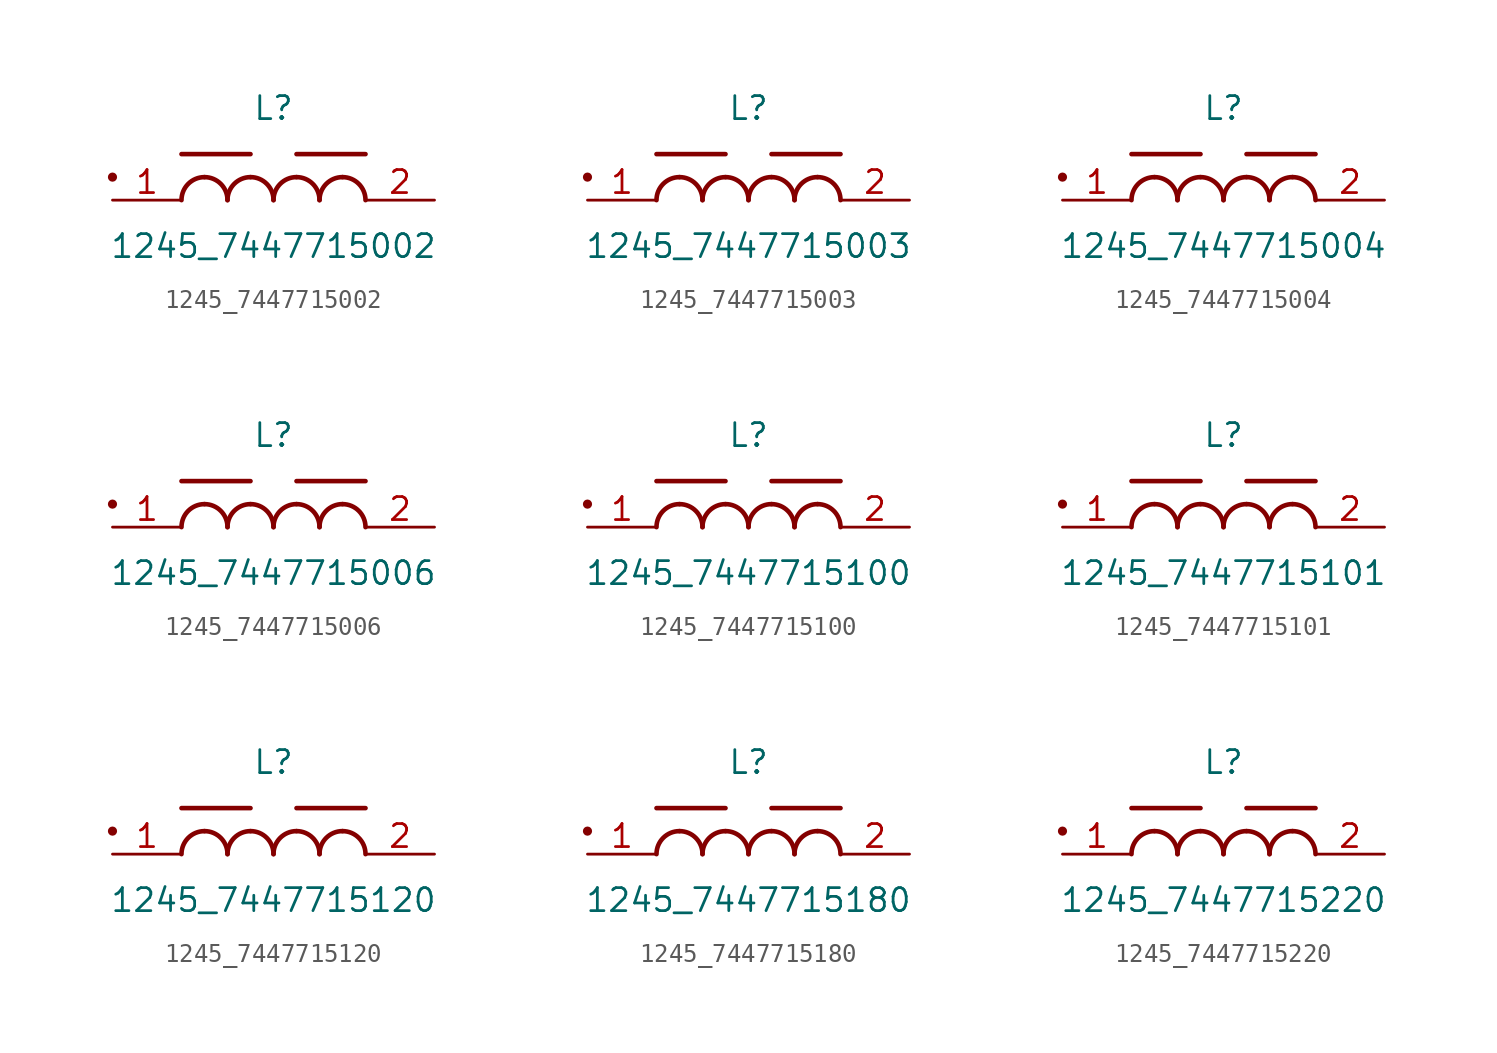
<source format=kicad_sym>
(kicad_symbol_lib
  (version 20211014)
  (generator kicad_symbol_editor)
  (symbol "Inductor_Wurth_WE-PD:1245_7447715002"
    (pin_names hide)
    (property "Reference" "L"
      (at 0 5.08 0)
      (effects (font (size 1.27 1.27))))
    (property "Value" "1245_7447715002"
      (at 0 -2.54 0)
      (effects (font (size 1.27 1.27))))
    (symbol "1245_7447715002_0_1"
      (circle (center -8.89 1.27) (radius 0.0001) (stroke (width 0.254)) (stroke (width 0.254) (type default) (color 0 0 0 0)) (fill (type none)))
      (arc (start -3.81 1.27) (mid -4.708 0.898) (end -5.08 0) (stroke (width 0.254) (type default) (color 0 0 0 0)) (fill (type none)))
      (arc (start -2.54 0) (mid -2.912 0.898) (end -3.81 1.27) (stroke (width 0.254) (type default) (color 0 0 0 0)) (fill (type none)))
      (arc (start -1.2699 1.2701) (mid -2.1679 0.8981) (end -2.5399 0.0001) (stroke (width 0.254) (type default) (color 0 0 0 0)) (fill (type none)))
      (polyline (pts (xy -5.08 2.54) (xy -1.27 2.54)) (stroke (width 0.254) (type default) (color 0 0 0 0)) (fill (type none)))
      (polyline (pts (xy 5.08 2.54) (xy 1.27 2.54)) (stroke (width 0.254) (type default) (color 0 0 0 0)) (fill (type none)))
      (arc (start 0.0001 0.0001) (mid -0.3719 0.8981) (end -1.2699 1.2701) (stroke (width 0.254) (type default) (color 0 0 0 0)) (fill (type none)))
      (arc (start 1.2701 1.2701) (mid 0.3721 0.8981) (end 0.0001 0.0001) (stroke (width 0.254) (type default) (color 0 0 0 0)) (fill (type none)))
      (arc (start 2.5401 0.0001) (mid 2.1681 0.8981) (end 1.2701 1.2701) (stroke (width 0.254) (type default) (color 0 0 0 0)) (fill (type none)))
      (arc (start 3.8101 1.2701) (mid 2.9121 0.8981) (end 2.5401 0.0001) (stroke (width 0.254) (type default) (color 0 0 0 0)) (fill (type none)))
      (arc (start 5.0801 0.0001) (mid 4.7081 0.8981) (end 3.8101 1.2701) (stroke (width 0.254) (type default) (color 0 0 0 0)) (fill (type none))))
    (symbol "1245_7447715002_1_1"
      (pin passive line (at -8.89 0 0) (length 3.81) (name "1" (effects (font (size 1.27 1.27)))) (number "1" (effects (font (size 1.27 1.27)))))
      (pin passive line (at 8.89 0 180) (length 3.81) (name "2" (effects (font (size 1.27 1.27)))) (number "2" (effects (font (size 1.27 1.27)))))))
  (symbol "Inductor_Wurth_WE-PD:1245_7447715003"
    (pin_names hide)
    (property "Reference" "L"
      (at 0 5.08 0)
      (effects (font (size 1.27 1.27))))
    (property "Value" "1245_7447715003"
      (at 0 -2.54 0)
      (effects (font (size 1.27 1.27))))
    (symbol "1245_7447715003_0_1"
      (circle (center -8.89 1.27) (radius 0.0001) (stroke (width 0.254)) (stroke (width 0.254) (type default) (color 0 0 0 0)) (fill (type none)))
      (arc (start -3.81 1.27) (mid -4.708 0.898) (end -5.08 0) (stroke (width 0.254) (type default) (color 0 0 0 0)) (fill (type none)))
      (arc (start -2.54 0) (mid -2.912 0.898) (end -3.81 1.27) (stroke (width 0.254) (type default) (color 0 0 0 0)) (fill (type none)))
      (arc (start -1.2699 1.2701) (mid -2.1679 0.8981) (end -2.5399 0.0001) (stroke (width 0.254) (type default) (color 0 0 0 0)) (fill (type none)))
      (polyline (pts (xy -5.08 2.54) (xy -1.27 2.54)) (stroke (width 0.254) (type default) (color 0 0 0 0)) (fill (type none)))
      (polyline (pts (xy 5.08 2.54) (xy 1.27 2.54)) (stroke (width 0.254) (type default) (color 0 0 0 0)) (fill (type none)))
      (arc (start 0.0001 0.0001) (mid -0.3719 0.8981) (end -1.2699 1.2701) (stroke (width 0.254) (type default) (color 0 0 0 0)) (fill (type none)))
      (arc (start 1.2701 1.2701) (mid 0.3721 0.8981) (end 0.0001 0.0001) (stroke (width 0.254) (type default) (color 0 0 0 0)) (fill (type none)))
      (arc (start 2.5401 0.0001) (mid 2.1681 0.8981) (end 1.2701 1.2701) (stroke (width 0.254) (type default) (color 0 0 0 0)) (fill (type none)))
      (arc (start 3.8101 1.2701) (mid 2.9121 0.8981) (end 2.5401 0.0001) (stroke (width 0.254) (type default) (color 0 0 0 0)) (fill (type none)))
      (arc (start 5.0801 0.0001) (mid 4.7081 0.8981) (end 3.8101 1.2701) (stroke (width 0.254) (type default) (color 0 0 0 0)) (fill (type none))))
    (symbol "1245_7447715003_1_1"
      (pin passive line (at -8.89 0 0) (length 3.81) (name "1" (effects (font (size 1.27 1.27)))) (number "1" (effects (font (size 1.27 1.27)))))
      (pin passive line (at 8.89 0 180) (length 3.81) (name "2" (effects (font (size 1.27 1.27)))) (number "2" (effects (font (size 1.27 1.27)))))))
  (symbol "Inductor_Wurth_WE-PD:1245_7447715004"
    (pin_names hide)
    (property "Reference" "L"
      (at 0 5.08 0)
      (effects (font (size 1.27 1.27))))
    (property "Value" "1245_7447715004"
      (at 0 -2.54 0)
      (effects (font (size 1.27 1.27))))
    (symbol "1245_7447715004_0_1"
      (circle (center -8.89 1.27) (radius 0.0001) (stroke (width 0.254)) (stroke (width 0.254) (type default) (color 0 0 0 0)) (fill (type none)))
      (arc (start -3.81 1.27) (mid -4.708 0.898) (end -5.08 0) (stroke (width 0.254) (type default) (color 0 0 0 0)) (fill (type none)))
      (arc (start -2.54 0) (mid -2.912 0.898) (end -3.81 1.27) (stroke (width 0.254) (type default) (color 0 0 0 0)) (fill (type none)))
      (arc (start -1.2699 1.2701) (mid -2.1679 0.8981) (end -2.5399 0.0001) (stroke (width 0.254) (type default) (color 0 0 0 0)) (fill (type none)))
      (polyline (pts (xy -5.08 2.54) (xy -1.27 2.54)) (stroke (width 0.254) (type default) (color 0 0 0 0)) (fill (type none)))
      (polyline (pts (xy 5.08 2.54) (xy 1.27 2.54)) (stroke (width 0.254) (type default) (color 0 0 0 0)) (fill (type none)))
      (arc (start 0.0001 0.0001) (mid -0.3719 0.8981) (end -1.2699 1.2701) (stroke (width 0.254) (type default) (color 0 0 0 0)) (fill (type none)))
      (arc (start 1.2701 1.2701) (mid 0.3721 0.8981) (end 0.0001 0.0001) (stroke (width 0.254) (type default) (color 0 0 0 0)) (fill (type none)))
      (arc (start 2.5401 0.0001) (mid 2.1681 0.8981) (end 1.2701 1.2701) (stroke (width 0.254) (type default) (color 0 0 0 0)) (fill (type none)))
      (arc (start 3.8101 1.2701) (mid 2.9121 0.8981) (end 2.5401 0.0001) (stroke (width 0.254) (type default) (color 0 0 0 0)) (fill (type none)))
      (arc (start 5.0801 0.0001) (mid 4.7081 0.8981) (end 3.8101 1.2701) (stroke (width 0.254) (type default) (color 0 0 0 0)) (fill (type none))))
    (symbol "1245_7447715004_1_1"
      (pin passive line (at -8.89 0 0) (length 3.81) (name "1" (effects (font (size 1.27 1.27)))) (number "1" (effects (font (size 1.27 1.27)))))
      (pin passive line (at 8.89 0 180) (length 3.81) (name "2" (effects (font (size 1.27 1.27)))) (number "2" (effects (font (size 1.27 1.27)))))))
  (symbol "Inductor_Wurth_WE-PD:1245_7447715006"
    (pin_names hide)
    (property "Reference" "L"
      (at 0 5.08 0)
      (effects (font (size 1.27 1.27))))
    (property "Value" "1245_7447715006"
      (at 0 -2.54 0)
      (effects (font (size 1.27 1.27))))
    (symbol "1245_7447715006_0_1"
      (circle (center -8.89 1.27) (radius 0.0001) (stroke (width 0.254)) (stroke (width 0.254) (type default) (color 0 0 0 0)) (fill (type none)))
      (arc (start -3.81 1.27) (mid -4.708 0.898) (end -5.08 0) (stroke (width 0.254) (type default) (color 0 0 0 0)) (fill (type none)))
      (arc (start -2.54 0) (mid -2.912 0.898) (end -3.81 1.27) (stroke (width 0.254) (type default) (color 0 0 0 0)) (fill (type none)))
      (arc (start -1.2699 1.2701) (mid -2.1679 0.8981) (end -2.5399 0.0001) (stroke (width 0.254) (type default) (color 0 0 0 0)) (fill (type none)))
      (polyline (pts (xy -5.08 2.54) (xy -1.27 2.54)) (stroke (width 0.254) (type default) (color 0 0 0 0)) (fill (type none)))
      (polyline (pts (xy 5.08 2.54) (xy 1.27 2.54)) (stroke (width 0.254) (type default) (color 0 0 0 0)) (fill (type none)))
      (arc (start 0.0001 0.0001) (mid -0.3719 0.8981) (end -1.2699 1.2701) (stroke (width 0.254) (type default) (color 0 0 0 0)) (fill (type none)))
      (arc (start 1.2701 1.2701) (mid 0.3721 0.8981) (end 0.0001 0.0001) (stroke (width 0.254) (type default) (color 0 0 0 0)) (fill (type none)))
      (arc (start 2.5401 0.0001) (mid 2.1681 0.8981) (end 1.2701 1.2701) (stroke (width 0.254) (type default) (color 0 0 0 0)) (fill (type none)))
      (arc (start 3.8101 1.2701) (mid 2.9121 0.8981) (end 2.5401 0.0001) (stroke (width 0.254) (type default) (color 0 0 0 0)) (fill (type none)))
      (arc (start 5.0801 0.0001) (mid 4.7081 0.8981) (end 3.8101 1.2701) (stroke (width 0.254) (type default) (color 0 0 0 0)) (fill (type none))))
    (symbol "1245_7447715006_1_1"
      (pin passive line (at -8.89 0 0) (length 3.81) (name "1" (effects (font (size 1.27 1.27)))) (number "1" (effects (font (size 1.27 1.27)))))
      (pin passive line (at 8.89 0 180) (length 3.81) (name "2" (effects (font (size 1.27 1.27)))) (number "2" (effects (font (size 1.27 1.27)))))))
  (symbol "Inductor_Wurth_WE-PD:1245_7447715100"
    (pin_names hide)
    (property "Reference" "L"
      (at 0 5.08 0)
      (effects (font (size 1.27 1.27))))
    (property "Value" "1245_7447715100"
      (at 0 -2.54 0)
      (effects (font (size 1.27 1.27))))
    (symbol "1245_7447715100_0_1"
      (circle (center -8.89 1.27) (radius 0.0001) (stroke (width 0.254)) (stroke (width 0.254) (type default) (color 0 0 0 0)) (fill (type none)))
      (arc (start -3.81 1.27) (mid -4.708 0.898) (end -5.08 0) (stroke (width 0.254) (type default) (color 0 0 0 0)) (fill (type none)))
      (arc (start -2.54 0) (mid -2.912 0.898) (end -3.81 1.27) (stroke (width 0.254) (type default) (color 0 0 0 0)) (fill (type none)))
      (arc (start -1.2699 1.2701) (mid -2.1679 0.8981) (end -2.5399 0.0001) (stroke (width 0.254) (type default) (color 0 0 0 0)) (fill (type none)))
      (polyline (pts (xy -5.08 2.54) (xy -1.27 2.54)) (stroke (width 0.254) (type default) (color 0 0 0 0)) (fill (type none)))
      (polyline (pts (xy 5.08 2.54) (xy 1.27 2.54)) (stroke (width 0.254) (type default) (color 0 0 0 0)) (fill (type none)))
      (arc (start 0.0001 0.0001) (mid -0.3719 0.8981) (end -1.2699 1.2701) (stroke (width 0.254) (type default) (color 0 0 0 0)) (fill (type none)))
      (arc (start 1.2701 1.2701) (mid 0.3721 0.8981) (end 0.0001 0.0001) (stroke (width 0.254) (type default) (color 0 0 0 0)) (fill (type none)))
      (arc (start 2.5401 0.0001) (mid 2.1681 0.8981) (end 1.2701 1.2701) (stroke (width 0.254) (type default) (color 0 0 0 0)) (fill (type none)))
      (arc (start 3.8101 1.2701) (mid 2.9121 0.8981) (end 2.5401 0.0001) (stroke (width 0.254) (type default) (color 0 0 0 0)) (fill (type none)))
      (arc (start 5.0801 0.0001) (mid 4.7081 0.8981) (end 3.8101 1.2701) (stroke (width 0.254) (type default) (color 0 0 0 0)) (fill (type none))))
    (symbol "1245_7447715100_1_1"
      (pin passive line (at -8.89 0 0) (length 3.81) (name "1" (effects (font (size 1.27 1.27)))) (number "1" (effects (font (size 1.27 1.27)))))
      (pin passive line (at 8.89 0 180) (length 3.81) (name "2" (effects (font (size 1.27 1.27)))) (number "2" (effects (font (size 1.27 1.27)))))))
  (symbol "Inductor_Wurth_WE-PD:1245_7447715101"
    (pin_names hide)
    (property "Reference" "L"
      (at 0 5.08 0)
      (effects (font (size 1.27 1.27))))
    (property "Value" "1245_7447715101"
      (at 0 -2.54 0)
      (effects (font (size 1.27 1.27))))
    (symbol "1245_7447715101_0_1"
      (circle (center -8.89 1.27) (radius 0.0001) (stroke (width 0.254)) (stroke (width 0.254) (type default) (color 0 0 0 0)) (fill (type none)))
      (arc (start -3.81 1.27) (mid -4.708 0.898) (end -5.08 0) (stroke (width 0.254) (type default) (color 0 0 0 0)) (fill (type none)))
      (arc (start -2.54 0) (mid -2.912 0.898) (end -3.81 1.27) (stroke (width 0.254) (type default) (color 0 0 0 0)) (fill (type none)))
      (arc (start -1.2699 1.2701) (mid -2.1679 0.8981) (end -2.5399 0.0001) (stroke (width 0.254) (type default) (color 0 0 0 0)) (fill (type none)))
      (polyline (pts (xy -5.08 2.54) (xy -1.27 2.54)) (stroke (width 0.254) (type default) (color 0 0 0 0)) (fill (type none)))
      (polyline (pts (xy 5.08 2.54) (xy 1.27 2.54)) (stroke (width 0.254) (type default) (color 0 0 0 0)) (fill (type none)))
      (arc (start 0.0001 0.0001) (mid -0.3719 0.8981) (end -1.2699 1.2701) (stroke (width 0.254) (type default) (color 0 0 0 0)) (fill (type none)))
      (arc (start 1.2701 1.2701) (mid 0.3721 0.8981) (end 0.0001 0.0001) (stroke (width 0.254) (type default) (color 0 0 0 0)) (fill (type none)))
      (arc (start 2.5401 0.0001) (mid 2.1681 0.8981) (end 1.2701 1.2701) (stroke (width 0.254) (type default) (color 0 0 0 0)) (fill (type none)))
      (arc (start 3.8101 1.2701) (mid 2.9121 0.8981) (end 2.5401 0.0001) (stroke (width 0.254) (type default) (color 0 0 0 0)) (fill (type none)))
      (arc (start 5.0801 0.0001) (mid 4.7081 0.8981) (end 3.8101 1.2701) (stroke (width 0.254) (type default) (color 0 0 0 0)) (fill (type none))))
    (symbol "1245_7447715101_1_1"
      (pin passive line (at -8.89 0 0) (length 3.81) (name "1" (effects (font (size 1.27 1.27)))) (number "1" (effects (font (size 1.27 1.27)))))
      (pin passive line (at 8.89 0 180) (length 3.81) (name "2" (effects (font (size 1.27 1.27)))) (number "2" (effects (font (size 1.27 1.27)))))))
  (symbol "Inductor_Wurth_WE-PD:1245_7447715120"
    (pin_names hide)
    (property "Reference" "L"
      (at 0 5.08 0)
      (effects (font (size 1.27 1.27))))
    (property "Value" "1245_7447715120"
      (at 0 -2.54 0)
      (effects (font (size 1.27 1.27))))
    (symbol "1245_7447715120_0_1"
      (circle (center -8.89 1.27) (radius 0.0001) (stroke (width 0.254)) (stroke (width 0.254) (type default) (color 0 0 0 0)) (fill (type none)))
      (arc (start -3.81 1.27) (mid -4.708 0.898) (end -5.08 0) (stroke (width 0.254) (type default) (color 0 0 0 0)) (fill (type none)))
      (arc (start -2.54 0) (mid -2.912 0.898) (end -3.81 1.27) (stroke (width 0.254) (type default) (color 0 0 0 0)) (fill (type none)))
      (arc (start -1.2699 1.2701) (mid -2.1679 0.8981) (end -2.5399 0.0001) (stroke (width 0.254) (type default) (color 0 0 0 0)) (fill (type none)))
      (polyline (pts (xy -5.08 2.54) (xy -1.27 2.54)) (stroke (width 0.254) (type default) (color 0 0 0 0)) (fill (type none)))
      (polyline (pts (xy 5.08 2.54) (xy 1.27 2.54)) (stroke (width 0.254) (type default) (color 0 0 0 0)) (fill (type none)))
      (arc (start 0.0001 0.0001) (mid -0.3719 0.8981) (end -1.2699 1.2701) (stroke (width 0.254) (type default) (color 0 0 0 0)) (fill (type none)))
      (arc (start 1.2701 1.2701) (mid 0.3721 0.8981) (end 0.0001 0.0001) (stroke (width 0.254) (type default) (color 0 0 0 0)) (fill (type none)))
      (arc (start 2.5401 0.0001) (mid 2.1681 0.8981) (end 1.2701 1.2701) (stroke (width 0.254) (type default) (color 0 0 0 0)) (fill (type none)))
      (arc (start 3.8101 1.2701) (mid 2.9121 0.8981) (end 2.5401 0.0001) (stroke (width 0.254) (type default) (color 0 0 0 0)) (fill (type none)))
      (arc (start 5.0801 0.0001) (mid 4.7081 0.8981) (end 3.8101 1.2701) (stroke (width 0.254) (type default) (color 0 0 0 0)) (fill (type none))))
    (symbol "1245_7447715120_1_1"
      (pin passive line (at -8.89 0 0) (length 3.81) (name "1" (effects (font (size 1.27 1.27)))) (number "1" (effects (font (size 1.27 1.27)))))
      (pin passive line (at 8.89 0 180) (length 3.81) (name "2" (effects (font (size 1.27 1.27)))) (number "2" (effects (font (size 1.27 1.27)))))))
  (symbol "Inductor_Wurth_WE-PD:1245_7447715180"
    (pin_names hide)
    (property "Reference" "L"
      (at 0 5.08 0)
      (effects (font (size 1.27 1.27))))
    (property "Value" "1245_7447715180"
      (at 0 -2.54 0)
      (effects (font (size 1.27 1.27))))
    (symbol "1245_7447715180_0_1"
      (circle (center -8.89 1.27) (radius 0.0001) (stroke (width 0.254)) (stroke (width 0.254) (type default) (color 0 0 0 0)) (fill (type none)))
      (arc (start -3.81 1.27) (mid -4.708 0.898) (end -5.08 0) (stroke (width 0.254) (type default) (color 0 0 0 0)) (fill (type none)))
      (arc (start -2.54 0) (mid -2.912 0.898) (end -3.81 1.27) (stroke (width 0.254) (type default) (color 0 0 0 0)) (fill (type none)))
      (arc (start -1.2699 1.2701) (mid -2.1679 0.8981) (end -2.5399 0.0001) (stroke (width 0.254) (type default) (color 0 0 0 0)) (fill (type none)))
      (polyline (pts (xy -5.08 2.54) (xy -1.27 2.54)) (stroke (width 0.254) (type default) (color 0 0 0 0)) (fill (type none)))
      (polyline (pts (xy 5.08 2.54) (xy 1.27 2.54)) (stroke (width 0.254) (type default) (color 0 0 0 0)) (fill (type none)))
      (arc (start 0.0001 0.0001) (mid -0.3719 0.8981) (end -1.2699 1.2701) (stroke (width 0.254) (type default) (color 0 0 0 0)) (fill (type none)))
      (arc (start 1.2701 1.2701) (mid 0.3721 0.8981) (end 0.0001 0.0001) (stroke (width 0.254) (type default) (color 0 0 0 0)) (fill (type none)))
      (arc (start 2.5401 0.0001) (mid 2.1681 0.8981) (end 1.2701 1.2701) (stroke (width 0.254) (type default) (color 0 0 0 0)) (fill (type none)))
      (arc (start 3.8101 1.2701) (mid 2.9121 0.8981) (end 2.5401 0.0001) (stroke (width 0.254) (type default) (color 0 0 0 0)) (fill (type none)))
      (arc (start 5.0801 0.0001) (mid 4.7081 0.8981) (end 3.8101 1.2701) (stroke (width 0.254) (type default) (color 0 0 0 0)) (fill (type none))))
    (symbol "1245_7447715180_1_1"
      (pin passive line (at -8.89 0 0) (length 3.81) (name "1" (effects (font (size 1.27 1.27)))) (number "1" (effects (font (size 1.27 1.27)))))
      (pin passive line (at 8.89 0 180) (length 3.81) (name "2" (effects (font (size 1.27 1.27)))) (number "2" (effects (font (size 1.27 1.27)))))))
  (symbol "Inductor_Wurth_WE-PD:1245_7447715220"
    (pin_names hide)
    (property "Reference" "L"
      (at 0 5.08 0)
      (effects (font (size 1.27 1.27))))
    (property "Value" "1245_7447715220"
      (at 0 -2.54 0)
      (effects (font (size 1.27 1.27))))
    (symbol "1245_7447715220_0_1"
      (circle (center -8.89 1.27) (radius 0.0001) (stroke (width 0.254)) (stroke (width 0.254) (type default) (color 0 0 0 0)) (fill (type none)))
      (arc (start -3.81 1.27) (mid -4.708 0.898) (end -5.08 0) (stroke (width 0.254) (type default) (color 0 0 0 0)) (fill (type none)))
      (arc (start -2.54 0) (mid -2.912 0.898) (end -3.81 1.27) (stroke (width 0.254) (type default) (color 0 0 0 0)) (fill (type none)))
      (arc (start -1.2699 1.2701) (mid -2.1679 0.8981) (end -2.5399 0.0001) (stroke (width 0.254) (type default) (color 0 0 0 0)) (fill (type none)))
      (polyline (pts (xy -5.08 2.54) (xy -1.27 2.54)) (stroke (width 0.254) (type default) (color 0 0 0 0)) (fill (type none)))
      (polyline (pts (xy 5.08 2.54) (xy 1.27 2.54)) (stroke (width 0.254) (type default) (color 0 0 0 0)) (fill (type none)))
      (arc (start 0.0001 0.0001) (mid -0.3719 0.8981) (end -1.2699 1.2701) (stroke (width 0.254) (type default) (color 0 0 0 0)) (fill (type none)))
      (arc (start 1.2701 1.2701) (mid 0.3721 0.8981) (end 0.0001 0.0001) (stroke (width 0.254) (type default) (color 0 0 0 0)) (fill (type none)))
      (arc (start 2.5401 0.0001) (mid 2.1681 0.8981) (end 1.2701 1.2701) (stroke (width 0.254) (type default) (color 0 0 0 0)) (fill (type none)))
      (arc (start 3.8101 1.2701) (mid 2.9121 0.8981) (end 2.5401 0.0001) (stroke (width 0.254) (type default) (color 0 0 0 0)) (fill (type none)))
      (arc (start 5.0801 0.0001) (mid 4.7081 0.8981) (end 3.8101 1.2701) (stroke (width 0.254) (type default) (color 0 0 0 0)) (fill (type none))))
    (symbol "1245_7447715220_1_1"
      (pin passive line (at -8.89 0 0) (length 3.81) (name "1" (effects (font (size 1.27 1.27)))) (number "1" (effects (font (size 1.27 1.27)))))
      (pin passive line (at 8.89 0 180) (length 3.81) (name "2" (effects (font (size 1.27 1.27)))) (number "2" (effects (font (size 1.27 1.27))))))))
</source>
